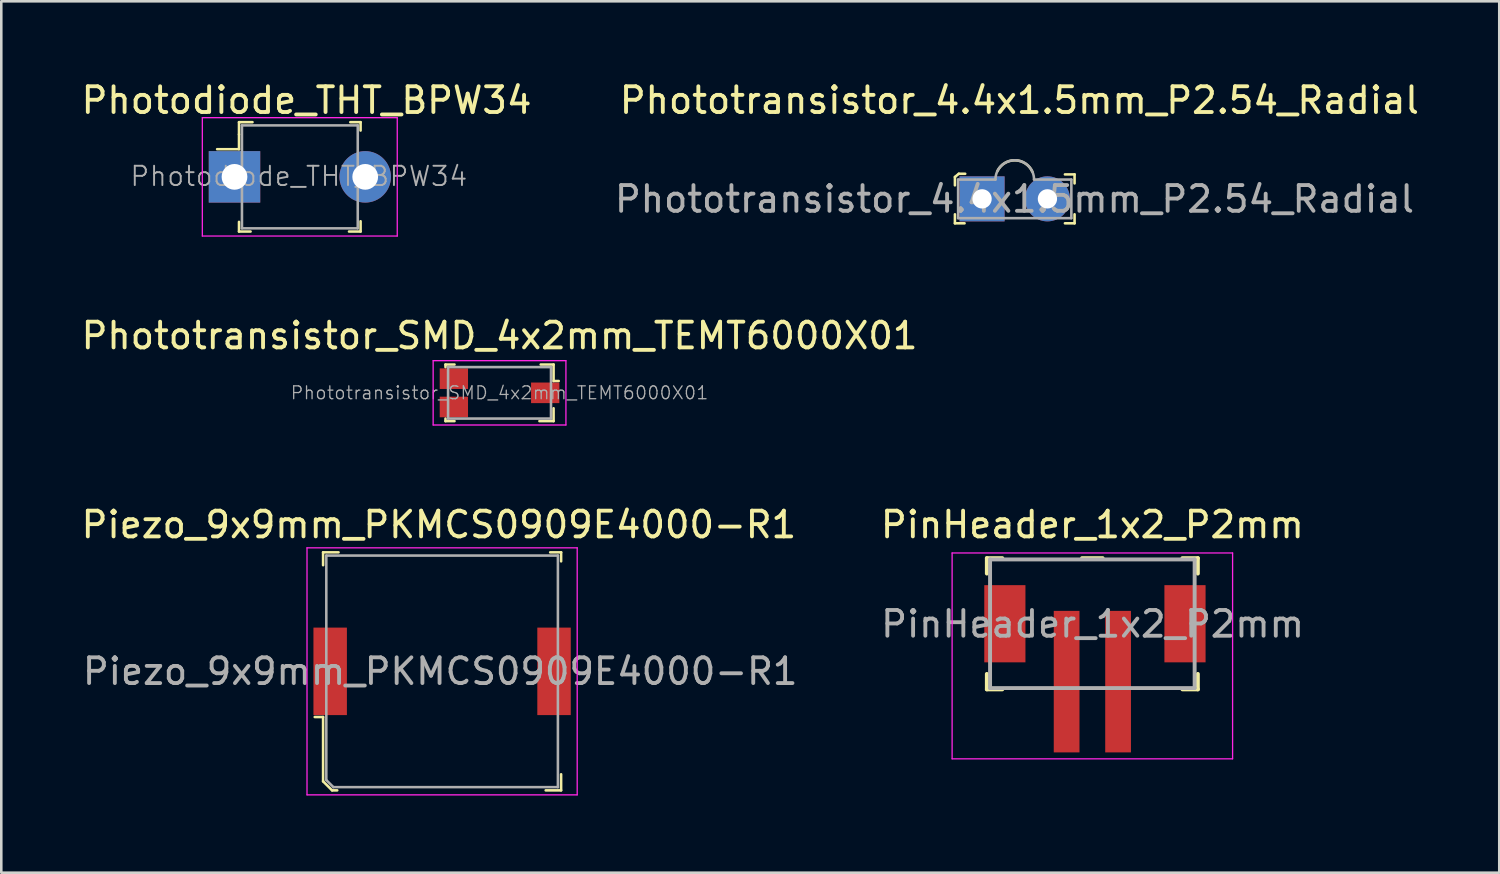
<source format=kicad_pcb>
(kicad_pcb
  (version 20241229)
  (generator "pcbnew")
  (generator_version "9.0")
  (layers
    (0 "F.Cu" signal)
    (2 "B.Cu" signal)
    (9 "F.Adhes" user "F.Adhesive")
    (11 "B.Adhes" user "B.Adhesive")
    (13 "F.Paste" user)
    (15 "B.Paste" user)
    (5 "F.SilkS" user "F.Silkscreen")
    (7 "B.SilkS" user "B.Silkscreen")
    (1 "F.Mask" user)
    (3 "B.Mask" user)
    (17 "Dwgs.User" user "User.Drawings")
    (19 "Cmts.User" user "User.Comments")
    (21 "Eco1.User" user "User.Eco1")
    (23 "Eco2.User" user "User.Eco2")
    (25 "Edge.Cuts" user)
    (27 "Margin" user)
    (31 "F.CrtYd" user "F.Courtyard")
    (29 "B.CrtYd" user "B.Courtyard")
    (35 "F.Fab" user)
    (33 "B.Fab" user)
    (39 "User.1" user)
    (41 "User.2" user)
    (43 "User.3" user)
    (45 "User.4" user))
  (footprint "Piezo_9x9mm_PKMCS0909E4000-R1"
    (layer "F.Cu")
    (at 14.131 23.04)
    (property "Reference" "Piezo_9x9mm_PKMCS0909E4000-R1" (at -0.125 -5.7 0) (layer "F.SilkS") (effects (font (size 1 1) (thickness 0.15))))
    (attr through_hole)
    (fp_line (start -4.625 -4.625) (end -4.625 -4.125) (stroke (width 0.1) (type solid)) (layer "F.SilkS"))
    (fp_line (start -4.625 1.775) (end -4.95 1.775) (stroke (width 0.1) (type solid)) (layer "F.SilkS"))
    (fp_line (start -4.625 4.275) (end -4.625 1.775) (stroke (width 0.1) (type solid)) (layer "F.SilkS"))
    (fp_line (start -4.275 4.625) (end -4.625 4.275) (stroke (width 0.1) (type solid)) (layer "F.SilkS"))
    (fp_line (start -4.075 4.625) (end -4.275 4.625) (stroke (width 0.1) (type solid)) (layer "F.SilkS"))
    (fp_line (start -4.025 -4.625) (end -4.625 -4.625) (stroke (width 0.1) (type solid)) (layer "F.SilkS"))
    (fp_line (start 4.2 -4.625) (end 4.625 -4.625) (stroke (width 0.1) (type solid)) (layer "F.SilkS"))
    (fp_line (start 4.625 -4.625) (end 4.625 -4.275) (stroke (width 0.1) (type solid)) (layer "F.SilkS"))
    (fp_line (start 4.625 4) (end 4.625 4.625) (stroke (width 0.1) (type solid)) (layer "F.SilkS"))
    (fp_line (start 4.625 4.625) (end 4.025 4.625) (stroke (width 0.1) (type solid)) (layer "F.SilkS"))
    (fp_line (start -5.25 -4.8) (end -5.25 4.8) (stroke (width 0.05) (type solid)) (layer "F.CrtYd"))
    (fp_line (start -5.25 -4.8) (end 5.25 -4.8) (stroke (width 0.05) (type solid)) (layer "F.CrtYd"))
    (fp_line (start 5.25 -4.8) (end 5.25 4.8) (stroke (width 0.05) (type solid)) (layer "F.CrtYd"))
    (fp_line (start 5.25 4.8) (end -5.25 4.8) (stroke (width 0.05) (type solid)) (layer "F.CrtYd"))
    (fp_line (start -4.5 -4.5) (end 4.5 -4.5) (stroke (width 0.1) (type solid)) (layer "F.Fab"))
    (fp_line (start -4.5 4.225) (end -4.5 -4.5) (stroke (width 0.1) (type solid)) (layer "F.Fab"))
    (fp_line (start -4.5 4.225) (end -4.225 4.5) (stroke (width 0.1) (type solid)) (layer "F.Fab"))
    (fp_line (start -4.225 4.5) (end 4.5 4.5) (stroke (width 0.1) (type solid)) (layer "F.Fab"))
    (fp_line (start 4.5 -4.5) (end 4.5 4.5) (stroke (width 0.1) (type solid)) (layer "F.Fab"))
    (fp_text user "${REFERENCE}" (at -0.075 0 0) (layer "F.Fab") (effects (font (size 1 1) (thickness 0.15))))
    (pad "1" smd rect (at -4.35 0) (size 1.3 3.4) (layers "F.Cu" "F.Mask" "F.Paste"))
    (pad "2" smd rect (at 4.35 0) (size 1.3 3.4) (layers "F.Cu" "F.Mask" "F.Paste")))
  (footprint "PinHeader_1x2_P2mm"
    (layer "F.Cu")
    (at 39.401 23.44)
    (property "Reference" "PinHeader_1x2_P2mm" (at 0 -6.1 0) (layer "F.SilkS") (effects (font (size 1 1) (thickness 0.15))))
    (attr through_hole)
    (fp_line (start -4.1 -4.8) (end -3.5 -4.8) (stroke (width 0.152) (type solid)) (layer "F.SilkS"))
    (fp_line (start -4.1 -4.2) (end -4.1 -4.8) (stroke (width 0.152) (type solid)) (layer "F.SilkS"))
    (fp_line (start -4.1 -0.3) (end -4.1 0.3) (stroke (width 0.152) (type solid)) (layer "F.SilkS"))
    (fp_line (start -4.1 0.3) (end -3.5 0.3) (stroke (width 0.152) (type solid)) (layer "F.SilkS"))
    (fp_line (start -0.4 -4.8) (end 0.4 -4.8) (stroke (width 0.152) (type solid)) (layer "F.SilkS"))
    (fp_line (start 4.1 -4.8) (end 3.5 -4.8) (stroke (width 0.152) (type solid)) (layer "F.SilkS"))
    (fp_line (start 4.1 -4.2) (end 4.1 -4.8) (stroke (width 0.152) (type solid)) (layer "F.SilkS"))
    (fp_line (start 4.1 -0.3) (end 4.1 0.3) (stroke (width 0.152) (type solid)) (layer "F.SilkS"))
    (fp_line (start 4.1 0.3) (end 3.5 0.3) (stroke (width 0.152) (type solid)) (layer "F.SilkS"))
    (fp_line (start -5.45 -5) (end -5.45 3) (stroke (width 0.05) (type solid)) (layer "F.CrtYd"))
    (fp_line (start -5.45 -5) (end 5.45 -5) (stroke (width 0.05) (type solid)) (layer "F.CrtYd"))
    (fp_line (start 5.45 -5) (end 5.45 3) (stroke (width 0.05) (type solid)) (layer "F.CrtYd"))
    (fp_line (start 5.45 3) (end -5.45 3) (stroke (width 0.05) (type solid)) (layer "F.CrtYd"))
    (fp_line (start -3.975 -4.75) (end 3.975 -4.75) (stroke (width 0.152) (type solid)) (layer "F.Fab"))
    (fp_line (start -3.975 0.25) (end -3.975 -4.75) (stroke (width 0.152) (type solid)) (layer "F.Fab"))
    (fp_line (start 3.975 -4.75) (end 3.975 0.25) (stroke (width 0.152) (type solid)) (layer "F.Fab"))
    (fp_line (start 3.975 0.25) (end -3.975 0.25) (stroke (width 0.152) (type solid)) (layer "F.Fab"))
    (fp_text user "${REFERENCE}" (at 0.01 -2.24 0) (layer "F.Fab") (effects (font (size 1 1) (thickness 0.15))))
    (pad "" smd trapezoid (at -3.4 -2.25) (size 1.6 3) (layers "F.Cu" "F.Mask" "F.Paste"))
    (pad "" smd trapezoid (at 3.6 -2.25) (size 1.6 3) (layers "F.Cu" "F.Mask" "F.Paste"))
    (pad "1" smd trapezoid (at -1 0) (size 1 5.5) (layers "F.Cu" "F.Mask" "F.Paste"))
    (pad "2" smd trapezoid (at 1 0) (size 1 5.5) (layers "F.Cu" "F.Mask" "F.Paste")))
  (footprint "Phototransistor_SMD_4x2mm_TEMT6000X01"
    (layer "F.Cu")
    (at 16.363 12.216)
    (property "Reference" "Phototransistor_SMD_4x2mm_TEMT6000X01" (at 0 -2.22 0) (layer "F.SilkS") (effects (font (size 1 1) (thickness 0.15))))
    (attr smd)
    (fp_line (start -2.1 -1.1) (end -2.1 -1) (stroke (width 0.1) (type solid)) (layer "F.SilkS"))
    (fp_line (start -2.1 1) (end -2.1 1.1) (stroke (width 0.1) (type solid)) (layer "F.SilkS"))
    (fp_line (start -2.1 1.1) (end -1.75 1.1) (stroke (width 0.1) (type solid)) (layer "F.SilkS"))
    (fp_line (start -1.75 -1.1) (end -2.1 -1.1) (stroke (width 0.1) (type solid)) (layer "F.SilkS"))
    (fp_line (start 2.1 -1.1) (end 1.6 -1.1) (stroke (width 0.1) (type solid)) (layer "F.SilkS"))
    (fp_line (start 2.1 -1.1) (end 2.1 -0.46) (stroke (width 0.1) (type solid)) (layer "F.SilkS"))
    (fp_line (start 2.1 -0.46) (end 2.3 -0.46) (stroke (width 0.1) (type solid)) (layer "F.SilkS"))
    (fp_line (start 2.1 1.1) (end 1.55 1.1) (stroke (width 0.1) (type solid)) (layer "F.SilkS"))
    (fp_line (start 2.1 1.1) (end 2.1 0.6) (stroke (width 0.1) (type solid)) (layer "F.SilkS"))
    (fp_line (start -2.58 1.25) (end -2.58 -1.25) (stroke (width 0.05) (type solid)) (layer "F.CrtYd"))
    (fp_line (start 2.58 -1.25) (end -2.58 -1.25) (stroke (width 0.05) (type solid)) (layer "F.CrtYd"))
    (fp_line (start 2.58 1.25) (end -2.58 1.25) (stroke (width 0.05) (type solid)) (layer "F.CrtYd"))
    (fp_line (start 2.58 1.25) (end 2.58 -1.25) (stroke (width 0.05) (type solid)) (layer "F.CrtYd"))
    (fp_line (start -2 -1) (end -2 1) (stroke (width 0.1) (type solid)) (layer "F.Fab"))
    (fp_line (start 2 -1) (end -2 -1) (stroke (width 0.1) (type solid)) (layer "F.Fab"))
    (fp_line (start 2 -1) (end 2 1) (stroke (width 0.1) (type solid)) (layer "F.Fab"))
    (fp_line (start 2 1) (end -2 1) (stroke (width 0.1) (type solid)) (layer "F.Fab"))
    (fp_text user "${REFERENCE}" (at 0 0 0) (layer "F.Fab") (effects (font (size 0.5 0.5) (thickness 0.05))))
    (pad "1" smd rect (at 1.775 0) (size 1.1 0.8) (layers "F.Cu" "F.Mask" "F.Paste"))
    (pad "2" smd rect (at -1.775 -0.55) (size 1.1 0.8) (layers "F.Cu" "F.Mask" "F.Paste"))
    (pad "3" smd rect (at -1.775 0.55) (size 1.1 0.8) (layers "F.Cu" "F.Mask" "F.Paste")))
  (footprint "Phototransistor_4.4x1.5mm_P2.54_Radial"
    (layer "F.Cu")
    (at 36.385 4.678)
    (property "Reference" "Phototransistor_4.4x1.5mm_P2.54_Radial" (at 0.18 -3.83 0) (layer "F.SilkS") (effects (font (size 1 1) (thickness 0.15))))
    (attr through_hole)
    (fp_line (start -2.325 -0.85) (end -2.175 -0.975) (stroke (width 0.1) (type solid)) (layer "F.SilkS"))
    (fp_line (start -2.325 -0.525) (end -2.325 -0.85) (stroke (width 0.1) (type solid)) (layer "F.SilkS"))
    (fp_line (start -2.325 0.6) (end -2.325 0.95) (stroke (width 0.1) (type solid)) (layer "F.SilkS"))
    (fp_line (start -2.325 0.95) (end -1.95 0.95) (stroke (width 0.1) (type solid)) (layer "F.SilkS"))
    (fp_line (start -2.175 -0.975) (end -1.925 -0.975) (stroke (width 0.1) (type solid)) (layer "F.SilkS"))
    (fp_line (start 2.325 -0.95) (end 1.95 -0.95) (stroke (width 0.1) (type solid)) (layer "F.SilkS"))
    (fp_line (start 2.325 -0.6) (end 2.325 -0.95) (stroke (width 0.1) (type solid)) (layer "F.SilkS"))
    (fp_line (start 2.325 0.6) (end 2.325 0.95) (stroke (width 0.1) (type solid)) (layer "F.SilkS"))
    (fp_line (start 2.325 0.95) (end 1.95 0.95) (stroke (width 0.1) (type solid)) (layer "F.SilkS"))
    (fp_arc (start -0.675 -1.075) (mid 0.011424 -1.499079) (end 0.684597 -1.054265) (stroke (width 0.1) (type solid)) (layer "F.SilkS"))
    (fp_line (start -2.2 -0.75) (end -2.2 0.75) (stroke (width 0.1) (type solid)) (layer "F.Fab"))
    (fp_line (start -2.2 -0.75) (end -0.75 -0.75) (stroke (width 0.1) (type solid)) (layer "F.Fab"))
    (fp_line (start -2.2 0.75) (end 2.2 0.75) (stroke (width 0.1) (type solid)) (layer "F.Fab"))
    (fp_line (start 0.75 -0.75) (end 2.2 -0.75) (stroke (width 0.1) (type solid)) (layer "F.Fab"))
    (fp_line (start 2.2 0.75) (end 2.2 -0.75) (stroke (width 0.1) (type solid)) (layer "F.Fab"))
    (fp_arc (start -0.75 -0.75) (mid 0 -1.5) (end 0.75 -0.75) (stroke (width 0.1) (type solid)) (layer "F.Fab"))
    (fp_text user "${REFERENCE}" (at -0.01 0.01 0) (layer "F.Fab") (effects (font (size 1 1) (thickness 0.15))))
    (pad "1" thru_hole rect (at -1.27 0) (size 1.75 1.75) (drill 0.75) (layers "*.Cu" "*.Mask"))
    (pad "2" thru_hole circle (at 1.27 0) (size 1.75 1.75) (drill 0.75) (layers "*.Cu" "*.Mask")))
  (footprint "Photodiode_THT_BPW34"
    (layer "F.Cu")
    (at 6.063 3.823)
    (property "Reference" "Photodiode_THT_BPW34" (at 2.8 -2.975 0) (layer "F.SilkS") (effects (font (size 1 1) (thickness 0.15))))
    (attr through_hole)
    (fp_line (start 0.175 -2.125) (end 0.175 -1.65) (stroke (width 0.1) (type solid)) (layer "F.SilkS"))
    (fp_line (start 0.175 -1.65) (end 0.175 -1.075) (stroke (width 0.1) (type solid)) (layer "F.SilkS"))
    (fp_line (start 0.175 -1.075) (end -0.675 -1.075) (stroke (width 0.1) (type solid)) (layer "F.SilkS"))
    (fp_line (start 0.175 2.125) (end 0.175 1.75) (stroke (width 0.1) (type solid)) (layer "F.SilkS"))
    (fp_line (start 0.625 2.125) (end 0.175 2.125) (stroke (width 0.1) (type solid)) (layer "F.SilkS"))
    (fp_line (start 0.7 -2.125) (end 0.175 -2.125) (stroke (width 0.1) (type solid)) (layer "F.SilkS"))
    (fp_line (start 4.5 -2.125) (end 4.9 -2.125) (stroke (width 0.1) (type solid)) (layer "F.SilkS"))
    (fp_line (start 4.9 -2.125) (end 4.9 -1.8) (stroke (width 0.1) (type solid)) (layer "F.SilkS"))
    (fp_line (start 4.9 1.725) (end 4.9 2.125) (stroke (width 0.1) (type solid)) (layer "F.SilkS"))
    (fp_line (start 4.9 2.125) (end 4.45 2.125) (stroke (width 0.1) (type solid)) (layer "F.SilkS"))
    (fp_line (start -1.25 -2.3) (end 6.325 -2.3) (stroke (width 0.05) (type solid)) (layer "F.CrtYd"))
    (fp_line (start -1.25 2.3) (end -1.25 -2.3) (stroke (width 0.05) (type solid)) (layer "F.CrtYd"))
    (fp_line (start 6.325 -2.3) (end 6.325 2.3) (stroke (width 0.05) (type solid)) (layer "F.CrtYd"))
    (fp_line (start 6.325 2.3) (end -1.25 2.3) (stroke (width 0.05) (type solid)) (layer "F.CrtYd"))
    (fp_line (start 0.29 -2) (end 4.79 -2) (stroke (width 0.1) (type solid)) (layer "F.Fab"))
    (fp_line (start 0.29 2) (end 0.29 -2) (stroke (width 0.1) (type solid)) (layer "F.Fab"))
    (fp_line (start 4.79 -2) (end 4.79 2) (stroke (width 0.1) (type solid)) (layer "F.Fab"))
    (fp_line (start 4.79 2) (end 0.29 2) (stroke (width 0.1) (type solid)) (layer "F.Fab"))
    (fp_text user "${REFERENCE}" (at 2.5 -0.025 0) (layer "F.Fab") (effects (font (size 0.75 0.75) (thickness 0.075))))
    (pad "A" thru_hole circle (at 5.08 0) (size 2 2) (drill 1) (layers "*.Cu" "*.Mask"))
    (pad "K" thru_hole rect (at 0 0) (size 2 2) (drill 1) (layers "*.Cu" "*.Mask")))
  (gr_rect
    (start -3 -3)
    (end 55.214 30.865)
    (stroke (width 0.1) (type default))
    (fill no)
    (layer "Edge.Cuts")))
</source>
